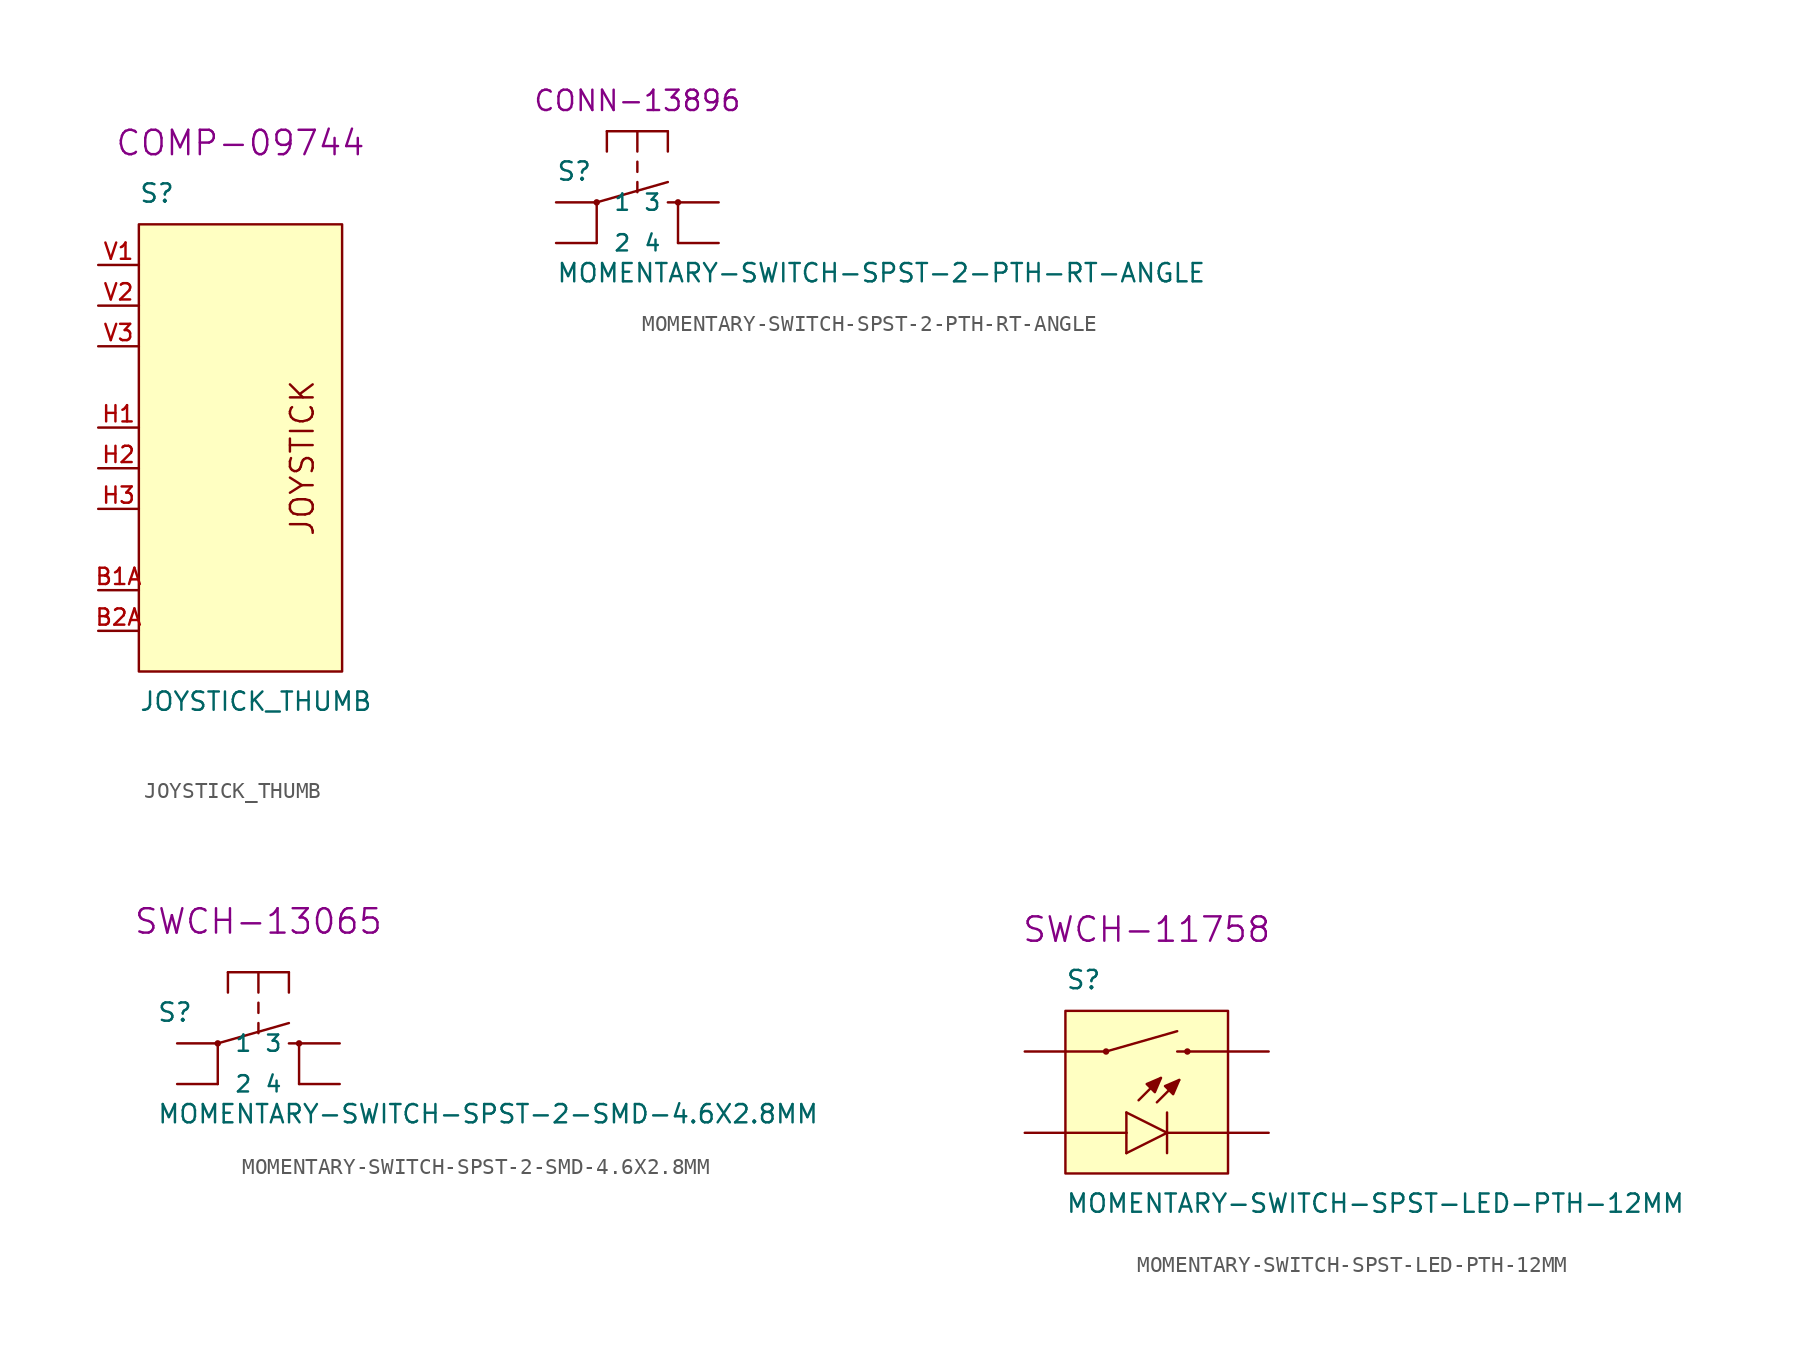
<source format=kicad_sym>
(kicad_symbol_lib
  (version 20220914)
  (generator kicad_symbol_editor)
  (symbol "JOYSTICK_THUMB"
    (pin_names
      (offset 1.016) hide)
    (property "Reference" "S"
      (at -6.35 13.97 0)
      (effects (font (size 1.143 1.143)) (justify left bottom)))
    (property "Value" "JOYSTICK_THUMB"
      (at -6.35 -17.78 0)
      (effects (font (size 1.143 1.143)) (justify left bottom)))
    (property "Field4" "COMP-09744"
      (at 0 17.78 0)
      (effects (font (size 1.524 1.524))))
    (property "ki_locked" ""
      (at 0 0 0)
      (effects (font (size 1.27 1.27))))
    (symbol "JOYSTICK_THUMB_1_0"
      (text "JOYSTICK" (at 3.861 -1.905 900) (effects (font (size 1.422 1.422)))))
    (symbol "JOYSTICK_THUMB_1_1"
      (polyline (pts (xy -6.35 12.7) (xy 6.35 12.7) (xy 6.35 -15.24) (xy -6.35 -15.24) (xy -6.35 12.7)) (stroke (width 0) (type solid)) (fill (type background)))
      (pin bidirectional line (at -8.89 -10.16 0) (length 2.54) (name "SEL+" (effects (font (size 1.016 1.016)))) (number "B1A" (effects (font (size 1.016 1.016)))))
      (pin bidirectional line (at -8.89 -12.7 0) (length 2.54) (name "SEL-" (effects (font (size 1.016 1.016)))) (number "B2A" (effects (font (size 1.016 1.016)))))
      (pin bidirectional line (at -8.89 0 0) (length 2.54) (name "H+" (effects (font (size 1.016 1.016)))) (number "H1" (effects (font (size 1.016 1.016)))))
      (pin bidirectional line (at -8.89 -2.54 0) (length 2.54) (name "H" (effects (font (size 1.016 1.016)))) (number "H2" (effects (font (size 1.016 1.016)))))
      (pin bidirectional line (at -8.89 -5.08 0) (length 2.54) (name "H-" (effects (font (size 1.016 1.016)))) (number "H3" (effects (font (size 1.016 1.016)))))
      (pin bidirectional line (at -8.89 10.16 0) (length 2.54) (name "V+" (effects (font (size 1.016 1.016)))) (number "V1" (effects (font (size 1.016 1.016)))))
      (pin bidirectional line (at -8.89 7.62 0) (length 2.54) (name "V" (effects (font (size 1.016 1.016)))) (number "V2" (effects (font (size 1.016 1.016)))))
      (pin bidirectional line (at -8.89 5.08 0) (length 2.54) (name "V-" (effects (font (size 1.016 1.016)))) (number "V3" (effects (font (size 1.016 1.016)))))))
  (symbol "MOMENTARY-SWITCH-SPST-2-PTH-RT-ANGLE"
    (pin_numbers hide)
    (pin_names
      (offset 1.016))
    (property "Reference" "S"
      (at -5.08 1.27 0)
      (effects (font (size 1.143 1.143)) (justify left bottom)))
    (property "Value" "MOMENTARY-SWITCH-SPST-2-PTH-RT-ANGLE"
      (at -5.08 -5.08 0)
      (effects (font (size 1.143 1.143)) (justify left bottom)))
    (property "Field4" "CONN-13896"
      (at 0 6.35 0)
      (effects (font (size 1.27 1.27))))
    (symbol "MOMENTARY-SWITCH-SPST-2-PTH-RT-ANGLE_1_0"
      (polyline (pts (xy -2.54 -2.54) (xy -2.54 0)) (stroke (width 0) (type solid)) (fill (type none)))
      (polyline (pts (xy -2.54 0) (xy 1.905 1.27)) (stroke (width 0) (type solid)) (fill (type none)))
      (polyline (pts (xy -1.905 4.445) (xy -1.905 3.175)) (stroke (width 0) (type solid)) (fill (type none)))
      (polyline (pts (xy 0 1.27) (xy 0 0.635)) (stroke (width 0) (type solid)) (fill (type none)))
      (polyline (pts (xy 0 2.54) (xy 0 1.905)) (stroke (width 0) (type solid)) (fill (type none)))
      (polyline (pts (xy 0 4.445) (xy -1.905 4.445)) (stroke (width 0) (type solid)) (fill (type none)))
      (polyline (pts (xy 0 4.445) (xy 0 3.175)) (stroke (width 0) (type solid)) (fill (type none)))
      (polyline (pts (xy 1.905 0) (xy 2.54 0)) (stroke (width 0) (type solid)) (fill (type none)))
      (polyline (pts (xy 1.905 4.445) (xy 0 4.445)) (stroke (width 0) (type solid)) (fill (type none)))
      (polyline (pts (xy 1.905 4.445) (xy 1.905 3.175)) (stroke (width 0) (type solid)) (fill (type none)))
      (polyline (pts (xy 2.54 -2.54) (xy 2.54 0)) (stroke (width 0) (type solid)) (fill (type none))))
    (symbol "MOMENTARY-SWITCH-SPST-2-PTH-RT-ANGLE_1_1"
      (circle (center -2.54 0) (radius 0.127) (stroke (width 0) (type solid)) (fill (type outline)))
      (circle (center 2.54 0) (radius 0.127) (stroke (width 0) (type solid)) (fill (type outline)))
      (pin passive line (at -5.08 0 0) (length 2.54) (name "1" (effects (font (size 1.016 1.016)))) (number "1" (effects (font (size 1.016 1.016)))))
      (pin passive line (at -5.08 -2.54 0) (length 2.54) (name "2" (effects (font (size 1.016 1.016)))) (number "2" (effects (font (size 1.016 1.016)))))
      (pin passive line (at 5.08 0 180) (length 2.54) (name "3" (effects (font (size 1.016 1.016)))) (number "3" (effects (font (size 1.016 1.016)))))
      (pin passive line (at 5.08 -2.54 180) (length 2.54) (name "4" (effects (font (size 1.016 1.016)))) (number "4" (effects (font (size 1.016 1.016)))))))
  (symbol "MOMENTARY-SWITCH-SPST-2-SMD-4.6X2.8MM"
    (pin_numbers hide)
    (pin_names
      (offset 1.016))
    (property "Reference" "S"
      (at -6.35 1.27 0)
      (effects (font (size 1.143 1.143)) (justify left bottom)))
    (property "Value" "MOMENTARY-SWITCH-SPST-2-SMD-4.6X2.8MM"
      (at -6.35 -5.08 0)
      (effects (font (size 1.143 1.143)) (justify left bottom)))
    (property "Field4" "SWCH-13065"
      (at 0 7.62 0)
      (effects (font (size 1.524 1.524))))
    (property "ki_locked" ""
      (at 0 0 0)
      (effects (font (size 1.27 1.27))))
    (symbol "MOMENTARY-SWITCH-SPST-2-SMD-4.6X2.8MM_1_0"
      (polyline (pts (xy -2.54 -2.54) (xy -2.54 0)) (stroke (width 0) (type solid)) (fill (type none)))
      (polyline (pts (xy -2.54 0) (xy 1.905 1.27)) (stroke (width 0) (type solid)) (fill (type none)))
      (polyline (pts (xy -1.905 4.445) (xy -1.905 3.175)) (stroke (width 0) (type solid)) (fill (type none)))
      (polyline (pts (xy 0 1.27) (xy 0 0.635)) (stroke (width 0) (type solid)) (fill (type none)))
      (polyline (pts (xy 0 2.54) (xy 0 1.905)) (stroke (width 0) (type solid)) (fill (type none)))
      (polyline (pts (xy 0 4.445) (xy -1.905 4.445)) (stroke (width 0) (type solid)) (fill (type none)))
      (polyline (pts (xy 0 4.445) (xy 0 3.175)) (stroke (width 0) (type solid)) (fill (type none)))
      (polyline (pts (xy 1.905 0) (xy 2.54 0)) (stroke (width 0) (type solid)) (fill (type none)))
      (polyline (pts (xy 1.905 4.445) (xy 0 4.445)) (stroke (width 0) (type solid)) (fill (type none)))
      (polyline (pts (xy 1.905 4.445) (xy 1.905 3.175)) (stroke (width 0) (type solid)) (fill (type none)))
      (polyline (pts (xy 2.54 -2.54) (xy 2.54 0)) (stroke (width 0) (type solid)) (fill (type none))))
    (symbol "MOMENTARY-SWITCH-SPST-2-SMD-4.6X2.8MM_1_1"
      (circle (center -2.54 0) (radius 0.127) (stroke (width 0) (type solid)) (fill (type outline)))
      (circle (center 2.54 0) (radius 0.127) (stroke (width 0) (type solid)) (fill (type outline)))
      (pin passive line (at -5.08 0 0) (length 2.54) (name "1" (effects (font (size 1.016 1.016)))) (number "1" (effects (font (size 1.016 1.016)))))
      (pin passive line (at -5.08 -2.54 0) (length 2.54) (name "2" (effects (font (size 1.016 1.016)))) (number "2" (effects (font (size 1.016 1.016)))))
      (pin passive line (at 5.08 0 180) (length 2.54) (name "3" (effects (font (size 1.016 1.016)))) (number "3" (effects (font (size 1.016 1.016)))))
      (pin passive line (at 5.08 -2.54 180) (length 2.54) (name "4" (effects (font (size 1.016 1.016)))) (number "4" (effects (font (size 1.016 1.016)))))))
  (symbol "MOMENTARY-SWITCH-SPST-LED-PTH-12MM"
    (pin_numbers hide)
    (pin_names
      (offset 1.016) hide)
    (property "Reference" "S"
      (at -5.08 6.35 0)
      (effects (font (size 1.143 1.143)) (justify left bottom)))
    (property "Value" "MOMENTARY-SWITCH-SPST-LED-PTH-12MM"
      (at -5.08 -7.62 0)
      (effects (font (size 1.143 1.143)) (justify left bottom)))
    (property "Field4" "SWCH-11758"
      (at 0 10.16 0)
      (effects (font (size 1.524 1.524))))
    (property "ki_locked" ""
      (at 0 0 0)
      (effects (font (size 1.27 1.27))))
    (symbol "MOMENTARY-SWITCH-SPST-LED-PTH-12MM_1_0"
      (polyline (pts (xy -5.08 -2.54) (xy -1.27 -2.54)) (stroke (width 0) (type solid)) (fill (type none)))
      (polyline (pts (xy -5.08 2.54) (xy -2.54 2.54)) (stroke (width 0) (type solid)) (fill (type none)))
      (polyline (pts (xy -2.54 2.54) (xy 1.905 3.81)) (stroke (width 0) (type solid)) (fill (type none)))
      (polyline (pts (xy -1.27 -3.81) (xy -1.27 -2.54)) (stroke (width 0) (type solid)) (fill (type none)))
      (polyline (pts (xy -1.27 -3.81) (xy 1.27 -2.54)) (stroke (width 0) (type solid)) (fill (type none)))
      (polyline (pts (xy -1.27 -2.54) (xy -1.27 -1.27)) (stroke (width 0) (type solid)) (fill (type none)))
      (polyline (pts (xy -0.508 -0.508) (xy 0.889 0.889)) (stroke (width 0) (type solid)) (fill (type none)))
      (polyline (pts (xy 0.635 -0.635) (xy 2.032 0.762)) (stroke (width 0) (type solid)) (fill (type none)))
      (polyline (pts (xy 1.27 -3.81) (xy 1.27 -2.54)) (stroke (width 0) (type solid)) (fill (type none)))
      (polyline (pts (xy 1.27 -2.54) (xy -1.27 -1.27)) (stroke (width 0) (type solid)) (fill (type none)))
      (polyline (pts (xy 1.27 -2.54) (xy 1.27 -1.27)) (stroke (width 0) (type solid)) (fill (type none)))
      (polyline (pts (xy 1.27 -2.54) (xy 5.08 -2.54)) (stroke (width 0) (type solid)) (fill (type none)))
      (polyline (pts (xy 1.905 2.54) (xy 5.08 2.54)) (stroke (width 0) (type solid)) (fill (type none))))
    (symbol "MOMENTARY-SWITCH-SPST-LED-PTH-12MM_1_1"
      (circle (center -2.54 2.54) (radius 0.127) (stroke (width 0) (type solid)) (fill (type outline)))
      (polyline (pts (xy 0.889 0.889) (xy 0 0.508) (xy 0 0.508) (xy 0.508 0) (xy 0.508 0) (xy 0.889 0.889)) (stroke (width 0) (type solid)) (fill (type outline)))
      (polyline (pts (xy 2.032 0.762) (xy 1.143 0.381) (xy 1.143 0.381) (xy 1.651 -0.127) (xy 1.651 -0.127) (xy 2.032 0.762)) (stroke (width 0) (type solid)) (fill (type outline)))
      (polyline (pts (xy -5.08 5.08) (xy -5.08 2.54) (xy -5.08 -2.54) (xy -5.08 -5.08) (xy 5.08 -5.08) (xy 5.08 -2.54) (xy 5.08 2.54) (xy 5.08 5.08) (xy -5.08 5.08)) (stroke (width 0) (type solid)) (fill (type background)))
      (circle (center 2.54 2.54) (radius 0.127) (stroke (width 0) (type solid)) (fill (type outline)))
      (pin passive line (at 7.62 2.54 180) (length 2.54) (name "2" (effects (font (size 1.016 1.016)))) (number "2" (effects (font (size 1.016 1.016)))))
      (pin passive line (at -7.62 2.54 0) (length 2.54) (name "1" (effects (font (size 1.016 1.016)))) (number "4" (effects (font (size 1.016 1.016)))))
      (pin passive line (at -7.62 -2.54 0) (length 2.54) (name "A" (effects (font (size 1.016 1.016)))) (number "A" (effects (font (size 1.016 1.016)))))
      (pin passive line (at 7.62 -2.54 180) (length 2.54) (name "C" (effects (font (size 1.016 1.016)))) (number "C" (effects (font (size 1.016 1.016))))))))
</source>
